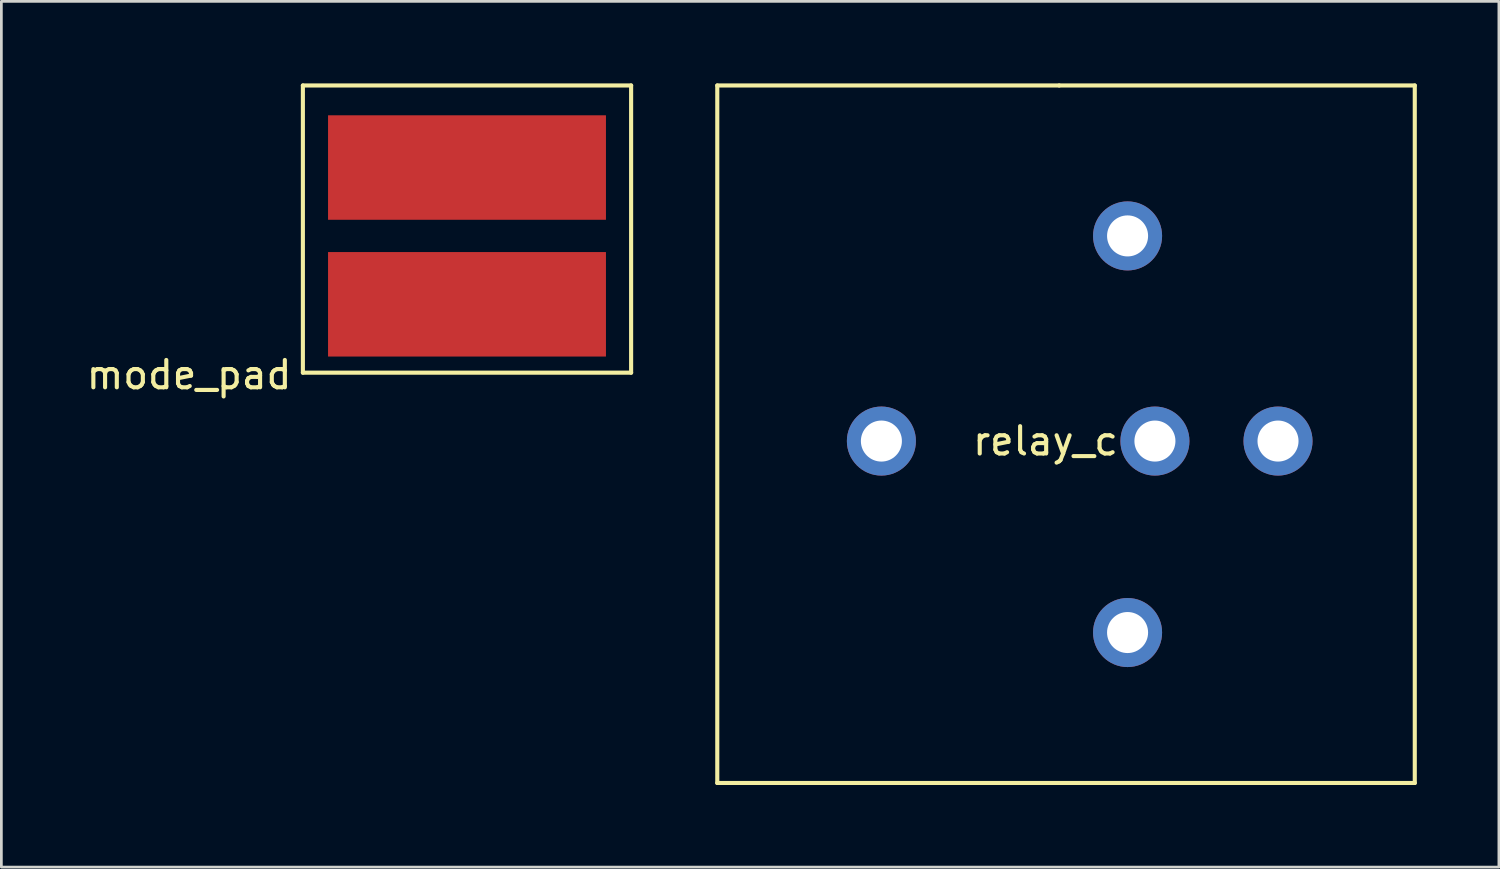
<source format=kicad_pcb>
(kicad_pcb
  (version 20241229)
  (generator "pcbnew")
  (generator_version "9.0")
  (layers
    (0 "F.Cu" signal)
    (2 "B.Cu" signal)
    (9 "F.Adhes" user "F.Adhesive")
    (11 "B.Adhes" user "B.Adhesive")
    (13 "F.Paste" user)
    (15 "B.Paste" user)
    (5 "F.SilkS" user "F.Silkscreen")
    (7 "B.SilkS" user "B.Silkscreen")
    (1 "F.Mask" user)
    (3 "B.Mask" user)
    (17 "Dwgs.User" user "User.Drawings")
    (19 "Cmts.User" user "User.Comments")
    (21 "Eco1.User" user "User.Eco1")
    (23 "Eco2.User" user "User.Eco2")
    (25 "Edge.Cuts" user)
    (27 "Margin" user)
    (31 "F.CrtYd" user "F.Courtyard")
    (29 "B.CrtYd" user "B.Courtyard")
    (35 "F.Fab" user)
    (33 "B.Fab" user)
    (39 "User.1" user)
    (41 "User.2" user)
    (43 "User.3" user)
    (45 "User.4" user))
  (footprint "mode_pad"
    (layer "F.Cu")
    (at 14.023 5.575)
    (property "Reference" "mode_pad" (at -10.16 5.08 0) (layer "F.SilkS") (effects (font (size 1 1) (thickness 0.15))))
    (attr through_hole)
    (fp_line (start -6 -5.5) (end -6 5) (stroke (width 0.15) (type solid)) (layer "F.SilkS"))
    (fp_line (start -6 5) (end 6 5) (stroke (width 0.15) (type solid)) (layer "F.SilkS"))
    (fp_line (start 6 -5.5) (end -6 -5.5) (stroke (width 0.15) (type solid)) (layer "F.SilkS"))
    (fp_line (start 6 5) (end 6 -5.5) (stroke (width 0.15) (type solid)) (layer "F.SilkS"))
    (pad "1" connect rect (at 0 -2.5) (size 10.16 3.82) (layers "F.Cu" "F.Mask"))
    (pad "2" connect rect (at 0 2.5) (size 10.16 3.82) (layers "F.Cu" "F.Mask")))
  (footprint "relay_c"
    (layer "F.Cu")
    (at 35.28 12.745)
    (property "Reference" "relay_c" (at -0.107 0.33 0) (layer "F.SilkS") (effects (font (size 1 1) (thickness 0.15))))
    (attr through_hole)
    (fp_line (start -12.107 -12.67) (end 0.393 -12.67) (stroke (width 0.15) (type solid)) (layer "F.SilkS"))
    (fp_line (start -12.107 12.83) (end -12.107 -12.67) (stroke (width 0.15) (type solid)) (layer "F.SilkS"))
    (fp_line (start 0.393 -12.67) (end 13.393 -12.67) (stroke (width 0.15) (type solid)) (layer "F.SilkS"))
    (fp_line (start 13.393 -12.67) (end 13.393 12.83) (stroke (width 0.15) (type solid)) (layer "F.SilkS"))
    (fp_line (start 13.393 12.83) (end -12.107 12.83) (stroke (width 0.15) (type solid)) (layer "F.SilkS"))
    (pad "1" thru_hole circle (at -6.107 0.33 270) (size 2.524 2.524) (drill 1.5) (layers "*.Cu" "*.Mask"))
    (pad "2" thru_hole circle (at 2.893 7.33 270) (size 2.524 2.524) (drill 1.5) (layers "*.Cu" "*.Mask"))
    (pad "3" thru_hole circle (at 8.393 0.33 270) (size 2.524 2.524) (drill 1.5) (layers "*.Cu" "*.Mask"))
    (pad "4" thru_hole circle (at 3.893 0.33 270) (size 2.524 2.524) (drill 1.5) (layers "*.Cu" "*.Mask"))
    (pad "5" thru_hole circle (at 2.893 -7.17 270) (size 2.524 2.524) (drill 1.5) (layers "*.Cu" "*.Mask")))
  (gr_rect
    (start -3 -3)
    (end 51.748 28.65)
    (stroke (width 0.1) (type default))
    (fill no)
    (layer "Edge.Cuts")))
</source>
